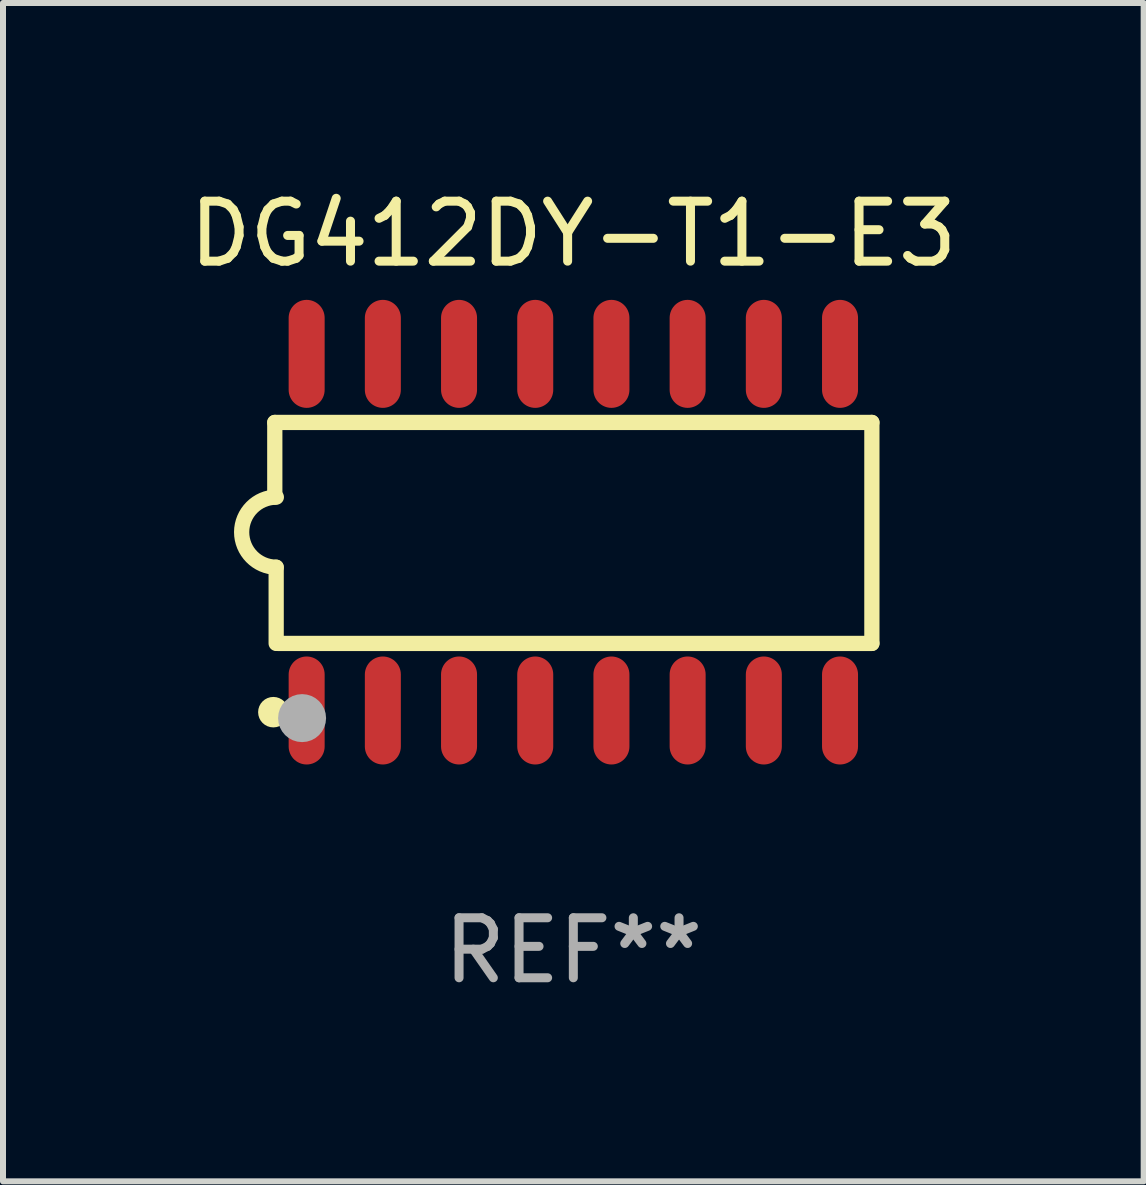
<source format=kicad_pcb>
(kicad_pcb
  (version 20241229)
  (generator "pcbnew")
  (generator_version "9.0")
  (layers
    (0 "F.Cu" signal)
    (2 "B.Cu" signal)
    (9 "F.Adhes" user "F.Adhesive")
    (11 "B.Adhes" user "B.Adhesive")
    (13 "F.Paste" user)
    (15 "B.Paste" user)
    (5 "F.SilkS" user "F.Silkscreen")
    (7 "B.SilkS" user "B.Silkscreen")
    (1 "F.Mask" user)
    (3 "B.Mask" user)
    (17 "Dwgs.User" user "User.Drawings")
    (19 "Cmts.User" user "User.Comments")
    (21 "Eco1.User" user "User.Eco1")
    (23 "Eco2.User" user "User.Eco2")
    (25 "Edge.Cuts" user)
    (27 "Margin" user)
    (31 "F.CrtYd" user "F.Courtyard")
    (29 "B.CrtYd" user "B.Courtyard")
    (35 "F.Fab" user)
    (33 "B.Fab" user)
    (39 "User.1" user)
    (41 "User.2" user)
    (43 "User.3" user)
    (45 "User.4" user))
  (footprint "DG412DY-T1-E3"
    (layer "F.Cu")
    (at 6.506 5.82)
    (property "Reference" "DG412DY-T1-E3" (at 0 -4.972 0) (layer "F.SilkS") (effects (font (size 1 1) (thickness 0.15))))
    (attr through_hole)
    (fp_line (start -4.976 -1.829) (end -4.976 -0.584) (stroke (width 0.254) (type solid)) (layer "F.SilkS"))
    (fp_line (start -4.953 0.584) (end -4.953 1.854) (stroke (width 0.254) (type solid)) (layer "F.SilkS"))
    (fp_line (start -4.928 1.854) (end 4.976 1.854) (stroke (width 0.254) (type solid)) (layer "F.SilkS"))
    (fp_line (start 4.976 -1.829) (end -4.976 -1.829) (stroke (width 0.254) (type solid)) (layer "F.SilkS"))
    (fp_line (start 4.976 1.854) (end 4.976 -1.829) (stroke (width 0.254) (type solid)) (layer "F.SilkS"))
    (fp_arc (start -4.95301 0.584201) (mid -5.533866 -0.00152) (end -4.950088 -0.584329) (stroke (width 0.254001) (type solid)) (layer "F.SilkS"))
    (fp_circle (center -5 3) (end -4.873 3) (stroke (width 0.254) (type solid)) (fill no) (layer "F.SilkS"))
    (fp_circle (center -4.521 3.099) (end -4.321 3.099) (stroke (width 0.4) (type solid)) (fill no) (layer "F.Fab"))
    (fp_text user "REF**" (at 0 6.972 0) (layer "F.Fab") (effects (font (size 1 1) (thickness 0.15))))
    (pad "1" smd oval (at -4.445 2.972 180) (size 0.6 1.8) (layers "F.Cu" "F.Mask" "F.Paste"))
    (pad "2" smd oval (at -3.175 2.972 180) (size 0.6 1.8) (layers "F.Cu" "F.Mask" "F.Paste"))
    (pad "3" smd oval (at -1.905 2.972 180) (size 0.6 1.8) (layers "F.Cu" "F.Mask" "F.Paste"))
    (pad "4" smd oval (at -0.635 2.972 180) (size 0.6 1.8) (layers "F.Cu" "F.Mask" "F.Paste"))
    (pad "5" smd oval (at 0.635 2.972 180) (size 0.6 1.8) (layers "F.Cu" "F.Mask" "F.Paste"))
    (pad "6" smd oval (at 1.905 2.972 180) (size 0.6 1.8) (layers "F.Cu" "F.Mask" "F.Paste"))
    (pad "7" smd oval (at 3.175 2.972 180) (size 0.6 1.8) (layers "F.Cu" "F.Mask" "F.Paste"))
    (pad "8" smd oval (at 4.445 2.972 180) (size 0.6 1.8) (layers "F.Cu" "F.Mask" "F.Paste"))
    (pad "9" smd oval (at 4.445 -2.972 180) (size 0.6 1.8) (layers "F.Cu" "F.Mask" "F.Paste"))
    (pad "10" smd oval (at 3.175 -2.972 180) (size 0.6 1.8) (layers "F.Cu" "F.Mask" "F.Paste"))
    (pad "11" smd oval (at 1.905 -2.972 180) (size 0.6 1.8) (layers "F.Cu" "F.Mask" "F.Paste"))
    (pad "12" smd oval (at 0.635 -2.972 180) (size 0.6 1.8) (layers "F.Cu" "F.Mask" "F.Paste"))
    (pad "13" smd oval (at -0.635 -2.972 180) (size 0.6 1.8) (layers "F.Cu" "F.Mask" "F.Paste"))
    (pad "14" smd oval (at -1.905 -2.972 180) (size 0.6 1.8) (layers "F.Cu" "F.Mask" "F.Paste"))
    (pad "15" smd oval (at -3.175 -2.972 180) (size 0.6 1.8) (layers "F.Cu" "F.Mask" "F.Paste"))
    (pad "16" smd oval (at -4.445 -2.972 180) (size 0.6 1.8) (layers "F.Cu" "F.Mask" "F.Paste")))
  (gr_rect
    (start -3 -3)
    (end 16.012 16.64)
    (stroke (width 0.1) (type default))
    (fill no)
    (layer "Edge.Cuts")))
</source>
